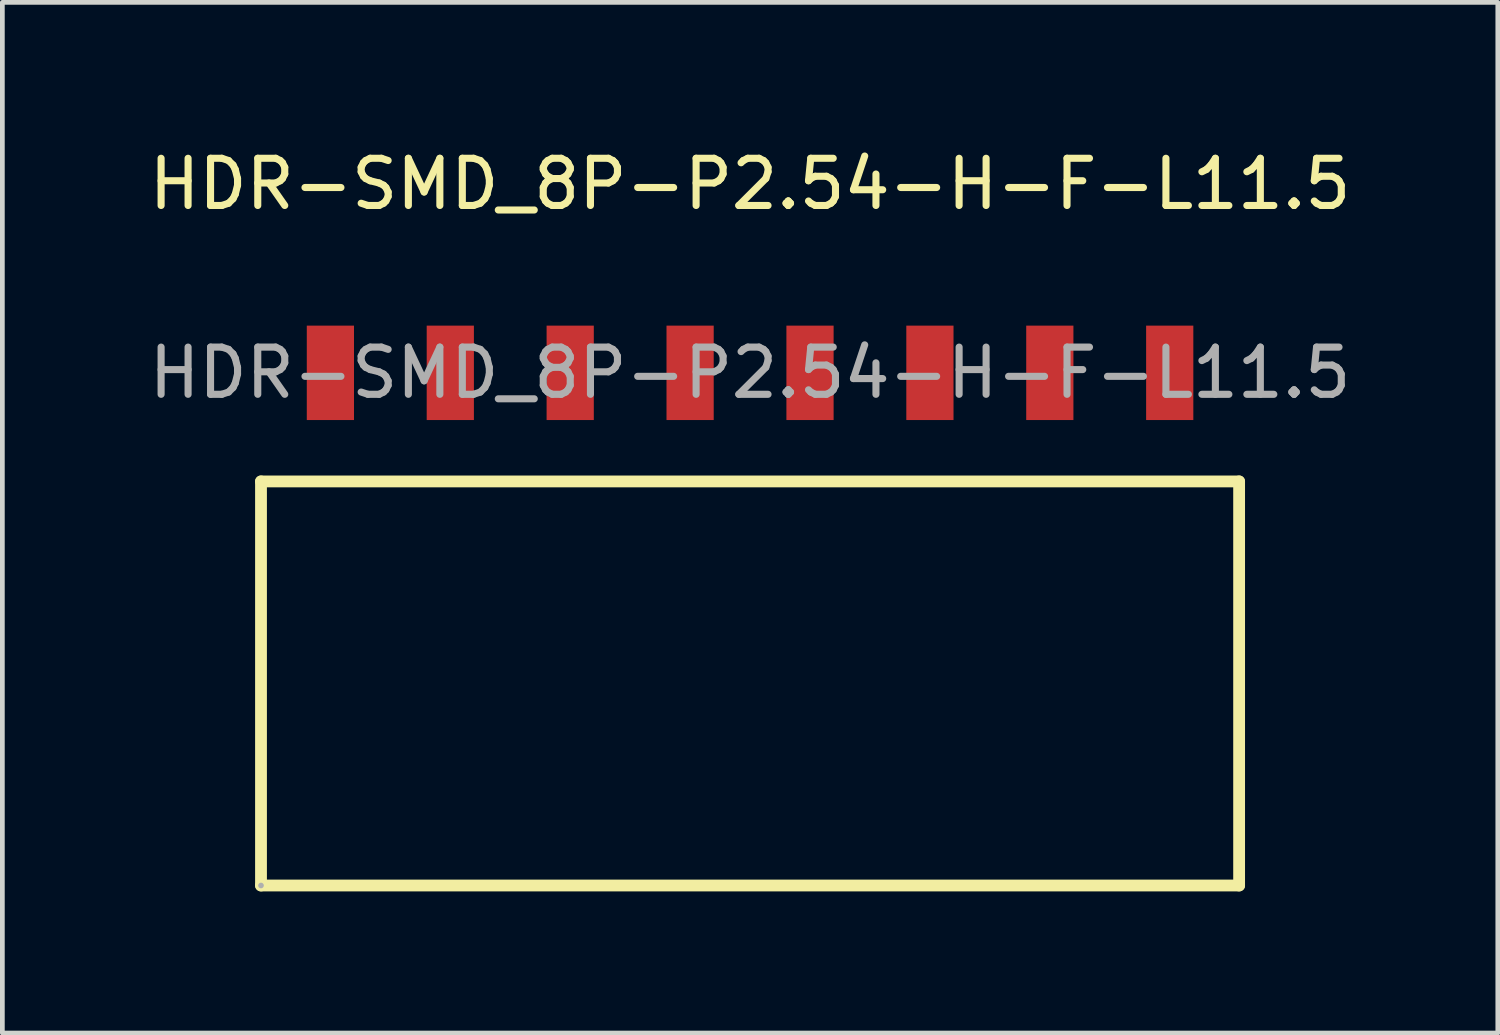
<source format=kicad_pcb>
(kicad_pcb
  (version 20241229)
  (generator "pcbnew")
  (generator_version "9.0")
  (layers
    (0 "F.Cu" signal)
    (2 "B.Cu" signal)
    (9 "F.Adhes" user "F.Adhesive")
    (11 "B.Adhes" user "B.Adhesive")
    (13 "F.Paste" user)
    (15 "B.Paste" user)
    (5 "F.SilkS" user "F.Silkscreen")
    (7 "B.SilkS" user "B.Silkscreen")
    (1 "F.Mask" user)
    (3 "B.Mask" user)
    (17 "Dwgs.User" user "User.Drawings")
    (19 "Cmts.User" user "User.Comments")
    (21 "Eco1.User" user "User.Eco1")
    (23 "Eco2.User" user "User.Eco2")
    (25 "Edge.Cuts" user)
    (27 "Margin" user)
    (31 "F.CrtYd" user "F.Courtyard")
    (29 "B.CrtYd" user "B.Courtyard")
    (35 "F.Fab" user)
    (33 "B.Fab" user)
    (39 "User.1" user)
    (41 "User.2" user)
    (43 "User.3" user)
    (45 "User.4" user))
  (footprint "HDR-SMD_8P-P2.54-H-F-L11.5"
    (layer "F.Cu")
    (at 12.839 4.848)
    (property "Reference" "HDR-SMD_8P-P2.54-H-F-L11.5" (at 0 -4 0) (layer "F.SilkS") (effects (font (size 1 1) (thickness 0.15))))
    (attr smd)
    (fp_line (start -10.36 2.3) (end -10.36 10.86) (stroke (width 0.25) (type solid)) (layer "F.SilkS"))
    (fp_line (start -10.36 2.3) (end 10.36 2.3) (stroke (width 0.25) (type solid)) (layer "F.SilkS"))
    (fp_line (start -10.36 10.86) (end 10.36 10.86) (stroke (width 0.25) (type solid)) (layer "F.SilkS"))
    (fp_line (start 10.36 2.3) (end 10.36 10.86) (stroke (width 0.25) (type solid)) (layer "F.SilkS"))
    (fp_circle (center -10.36 10.86) (end -10.33 10.86) (stroke (width 0.06) (type solid)) (fill no) (layer "F.Fab"))
    (fp_text user "${REFERENCE}" (at 0 0 0) (layer "F.Fab") (effects (font (size 1 1) (thickness 0.15))))
    (pad "1" smd rect (at -8.89 0) (size 1 2) (layers "F.Cu" "F.Mask" "F.Paste"))
    (pad "2" smd rect (at -6.35 0) (size 1 2) (layers "F.Cu" "F.Mask" "F.Paste"))
    (pad "3" smd rect (at -3.81 0) (size 1 2) (layers "F.Cu" "F.Mask" "F.Paste"))
    (pad "4" smd rect (at -1.27 0) (size 1 2) (layers "F.Cu" "F.Mask" "F.Paste"))
    (pad "5" smd rect (at 1.27 0) (size 1 2) (layers "F.Cu" "F.Mask" "F.Paste"))
    (pad "6" smd rect (at 3.81 0) (size 1 2) (layers "F.Cu" "F.Mask" "F.Paste"))
    (pad "7" smd rect (at 6.35 0) (size 1 2) (layers "F.Cu" "F.Mask" "F.Paste"))
    (pad "8" smd rect (at 8.89 0) (size 1 2) (layers "F.Cu" "F.Mask" "F.Paste")))
  (gr_rect
    (start -3 -3)
    (end 28.679 18.833)
    (stroke (width 0.1) (type default))
    (fill no)
    (layer "Edge.Cuts")))
</source>
